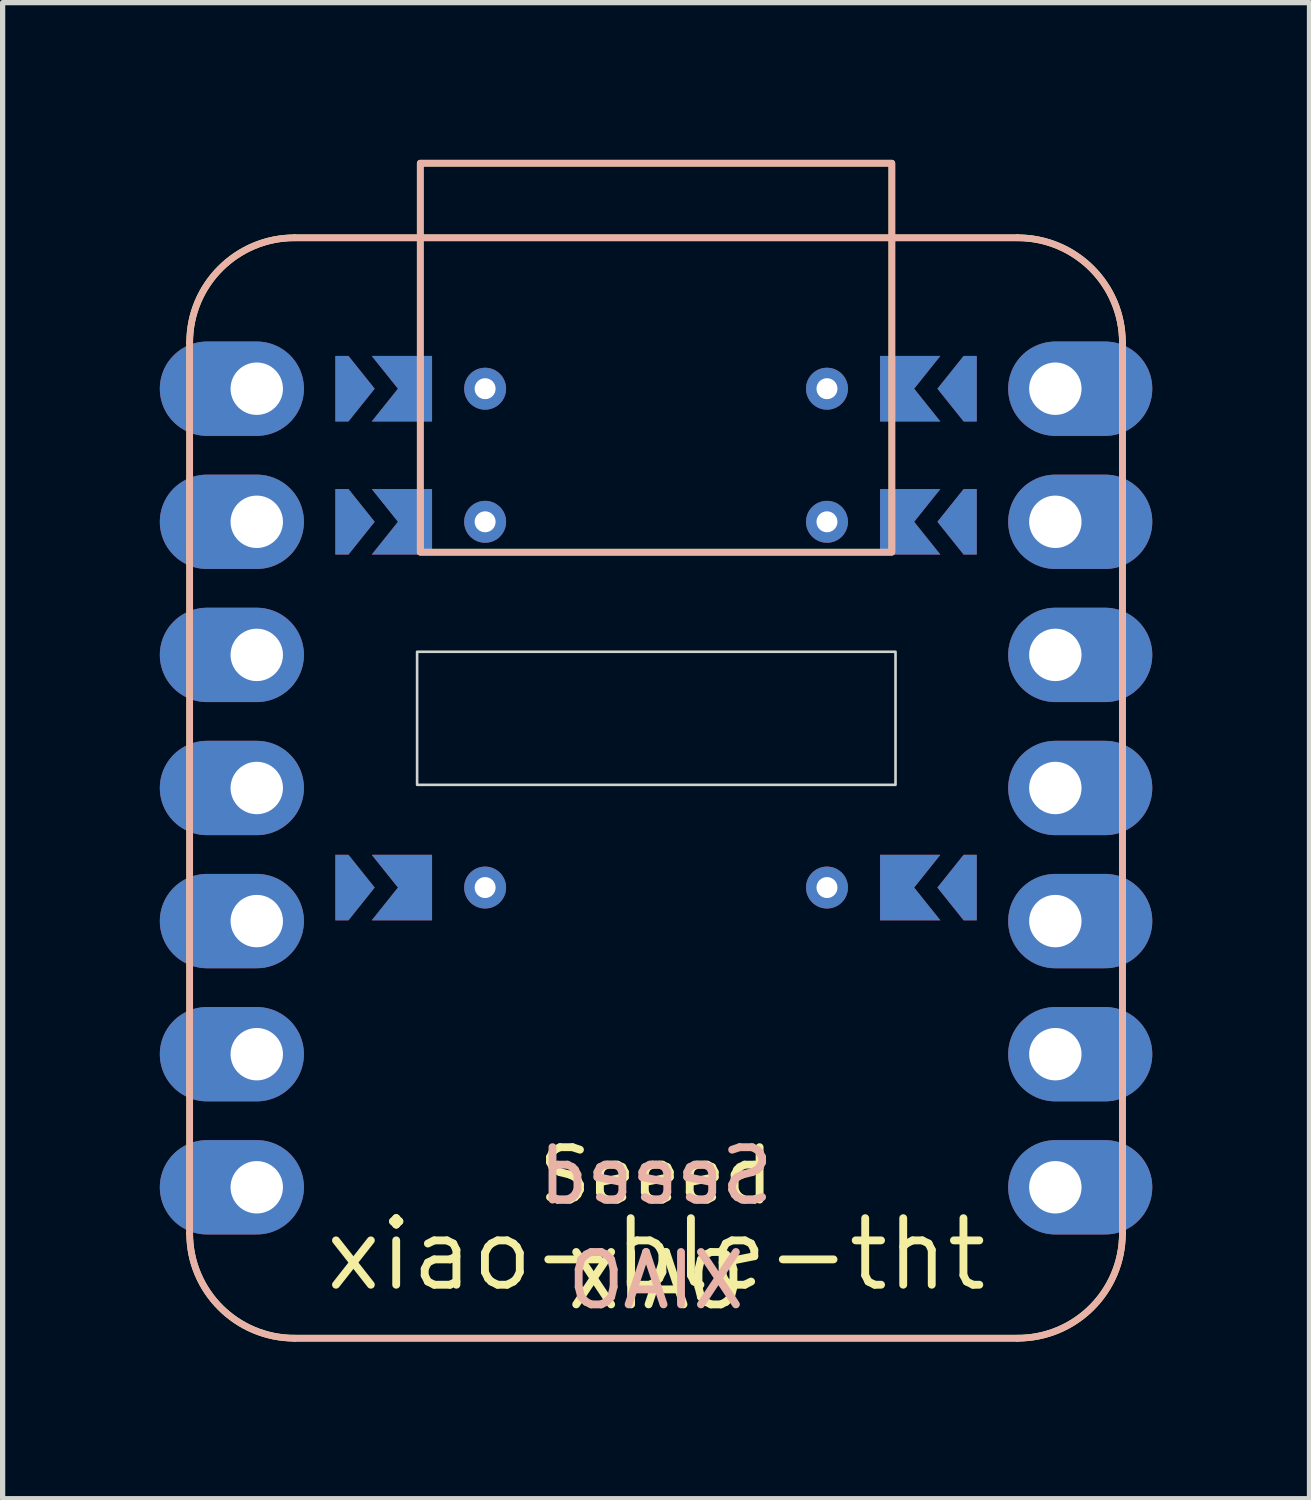
<source format=kicad_pcb>
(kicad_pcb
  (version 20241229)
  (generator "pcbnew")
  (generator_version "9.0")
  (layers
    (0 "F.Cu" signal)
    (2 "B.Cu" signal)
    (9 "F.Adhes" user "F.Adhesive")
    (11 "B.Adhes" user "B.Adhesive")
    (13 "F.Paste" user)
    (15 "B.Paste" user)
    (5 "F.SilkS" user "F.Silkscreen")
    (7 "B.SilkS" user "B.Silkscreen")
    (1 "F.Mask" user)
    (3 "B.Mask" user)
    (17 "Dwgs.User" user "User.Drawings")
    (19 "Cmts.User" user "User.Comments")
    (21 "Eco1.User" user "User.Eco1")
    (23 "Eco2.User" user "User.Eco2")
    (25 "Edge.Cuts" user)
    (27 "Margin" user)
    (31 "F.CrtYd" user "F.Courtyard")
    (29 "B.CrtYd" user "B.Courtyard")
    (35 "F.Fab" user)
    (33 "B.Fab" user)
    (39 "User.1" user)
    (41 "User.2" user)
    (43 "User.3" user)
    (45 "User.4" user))
  (footprint "xiao-ble-tht"
    (layer "F.Cu")
    (at 9.47 11.988)
    (property "Reference" "xiao-ble-tht" (at 0 8.9 180) (layer "F.SilkS") (effects (font (size 1.27 1.27) (thickness 0.15))))
    (attr smd exclude_from_pos_files)
    (fp_line (start -8.9 -8.5) (end -8.9 8.5) (stroke (width 0.127) (type solid)) (layer "F.SilkS"))
    (fp_line (start -6.9 10.5) (end 6.9 10.5) (stroke (width 0.127) (type solid)) (layer "F.SilkS"))
    (fp_line (start 6.9 -10.5) (end -6.9 -10.5) (stroke (width 0.127) (type solid)) (layer "F.SilkS"))
    (fp_line (start 8.9 8.5) (end 8.9 -8.5) (stroke (width 0.127) (type solid)) (layer "F.SilkS"))
    (fp_rect (start 4.5 -4.5) (end -4.5 -11.924) (stroke (width 0.127) (type solid)) (fill no) (layer "F.SilkS"))
    (fp_arc (start -8.9 -8.5) (mid -8.314214 -9.914214) (end -6.9 -10.5) (stroke (width 0.127) (type solid)) (layer "F.SilkS"))
    (fp_arc (start -6.9 10.5) (mid -8.314214 9.914214) (end -8.9 8.5) (stroke (width 0.127) (type solid)) (layer "F.SilkS"))
    (fp_arc (start 6.9 -10.5) (mid 8.314214 -9.914214) (end 8.9 -8.5) (stroke (width 0.127) (type solid)) (layer "F.SilkS"))
    (fp_arc (start 8.9 8.5) (mid 8.314214 9.914214) (end 6.9 10.5) (stroke (width 0.127) (type solid)) (layer "F.SilkS"))
    (fp_line (start -8.9 -8.5) (end -8.9 8.5) (stroke (width 0.127) (type solid)) (layer "B.SilkS"))
    (fp_line (start -6.9 10.5) (end 6.9 10.5) (stroke (width 0.127) (type solid)) (layer "B.SilkS"))
    (fp_line (start 6.9 -10.5) (end -6.9 -10.5) (stroke (width 0.127) (type solid)) (layer "B.SilkS"))
    (fp_line (start 8.9 8.5) (end 8.9 -8.5) (stroke (width 0.127) (type solid)) (layer "B.SilkS"))
    (fp_rect (start 4.5 -4.5) (end -4.5 -11.924) (stroke (width 0.127) (type solid)) (fill no) (layer "B.SilkS"))
    (fp_arc (start -8.9 -8.5) (mid -8.314214 -9.914214) (end -6.9 -10.5) (stroke (width 0.127) (type solid)) (layer "B.SilkS"))
    (fp_arc (start -6.9 10.5) (mid -8.314214 9.914214) (end -8.9 8.5) (stroke (width 0.127) (type solid)) (layer "B.SilkS"))
    (fp_arc (start 6.9 -10.5) (mid 8.314214 -9.914214) (end 8.9 -8.5) (stroke (width 0.127) (type solid)) (layer "B.SilkS"))
    (fp_arc (start 8.9 8.5) (mid 8.314214 9.914214) (end 6.9 10.5) (stroke (width 0.127) (type solid)) (layer "B.SilkS"))
    (fp_rect (start -4.56 -2.6) (end 4.57 -0.06) (stroke (width 0.05) (type default)) (fill no) (layer "Edge.Cuts"))
    (fp_text user "XIAO" (at 0 9.4 180) (layer "F.SilkS") (effects (font (size 1 1) (thickness 0.15))))
    (fp_text user "Seeed" (at 0 7.4 180) (layer "F.SilkS") (effects (font (size 1 1) (thickness 0.15))))
    (fp_text user "XIAO" (at 0 9.4 180) (layer "B.SilkS") (effects (font (size 1 1) (thickness 0.15)) (justify mirror)))
    (fp_text user "Seeed" (at 0 7.4 180) (layer "B.SilkS") (effects (font (size 1 1) (thickness 0.15)) (justify mirror)))
    (pad "0" thru_hole oval (at -7.62 -7.62 5.684341886e-14) (size 2.75 1.8) (drill 1 (offset -0.475 0)) (layers "*.Cu" "*.Mask"))
    (pad "0" smd custom (at -5.62 -7.62 5.684341886e-14) (size 0.2 0.2) (layers "F.Cu" "F.Mask") (options (anchor rect)) (primitives (gr_poly (pts (xy -0.5 -0.625) (xy -0.25 -0.625) (xy 0.25 0) (xy -0.25 0.625) (xy -0.5 0.625)) (width 0) (fill yes))))
    (pad "0" smd custom (at -5.62 -7.62 5.684341886e-14) (size 0.2 0.2) (layers "B.Cu" "B.Mask") (options (anchor rect)) (primitives (gr_poly (pts (xy -0.5 -0.625) (xy -0.25 -0.625) (xy 0.25 0) (xy -0.25 0.625) (xy -0.5 0.625)) (width 0) (fill yes))))
    (pad "0" smd custom (at -4.775 -7.62 5.684341886e-14) (size 0.2 0.2) (layers "B.Cu" "B.Mask") (options (anchor rect)) (primitives (gr_poly (pts (xy -0.65 -0.625) (xy 0.5 -0.625) (xy 0.5 0.625) (xy -0.65 0.625) (xy -0.15 0)) (width 0) (fill yes))))
    (pad "0" thru_hole circle (at -3.262 -7.62 0.1) (size 0.8 0.8) (drill 0.4) (layers "*.Cu" "*.Mask"))
    (pad "0" smd custom (at 4.775 -7.62 180) (size 0.2 0.2) (layers "F.Cu" "F.Mask") (options (anchor rect)) (primitives (gr_poly (pts (xy -0.65 -0.625) (xy 0.5 -0.625) (xy 0.5 0.625) (xy -0.65 0.625) (xy -0.15 0)) (width 0) (fill yes))))
    (pad "1" thru_hole oval (at -7.62 -5.08 5.684341886e-14) (size 2.75 1.8) (drill 1 (offset -0.475 0)) (layers "*.Cu" "*.Mask"))
    (pad "1" smd custom (at -5.62 -5.08 5.684341886e-14) (size 0.2 0.2) (layers "F.Cu" "F.Mask") (options (anchor rect)) (primitives (gr_poly (pts (xy -0.5 -0.625) (xy -0.25 -0.625) (xy 0.25 0) (xy -0.25 0.625) (xy -0.5 0.625)) (width 0) (fill yes))))
    (pad "1" smd custom (at -5.62 -5.08 5.684341886e-14) (size 0.2 0.2) (layers "B.Cu" "B.Mask") (options (anchor rect)) (primitives (gr_poly (pts (xy -0.5 -0.625) (xy -0.25 -0.625) (xy 0.25 0) (xy -0.25 0.625) (xy -0.5 0.625)) (width 0) (fill yes))))
    (pad "1" smd custom (at -4.775 -5.08 5.684341886e-14) (size 0.2 0.2) (layers "B.Cu" "B.Mask") (options (anchor rect)) (primitives (gr_poly (pts (xy -0.65 -0.625) (xy 0.5 -0.625) (xy 0.5 0.625) (xy -0.65 0.625) (xy -0.15 0)) (width 0) (fill yes))))
    (pad "1" thru_hole circle (at -3.262 -5.08 0.1) (size 0.8 0.8) (drill 0.4) (layers "*.Cu" "*.Mask"))
    (pad "1" smd custom (at 4.775 -5.08 180) (size 0.2 0.2) (layers "F.Cu" "F.Mask") (options (anchor rect)) (primitives (gr_poly (pts (xy -0.65 -0.625) (xy 0.5 -0.625) (xy 0.5 0.625) (xy -0.65 0.625) (xy -0.15 0)) (width 0) (fill yes))))
    (pad "2" thru_hole oval (at -7.62 -2.54 5.684341886e-14) (size 2.75 1.8) (drill 1 (offset -0.475 0)) (layers "*.Cu" "*.Mask"))
    (pad "2" smd custom (at -5.62 1.9 5.684341886e-14) (size 0.2 0.2) (layers "F.Cu" "F.Mask") (options (anchor rect)) (primitives (gr_poly (pts (xy -0.5 -0.625) (xy -0.25 -0.625) (xy 0.25 0) (xy -0.25 0.625) (xy -0.5 0.625)) (width 0) (fill yes))))
    (pad "2" smd custom (at -5.62 1.9 5.684341886e-14) (size 0.2 0.2) (layers "B.Cu" "B.Mask") (options (anchor rect)) (primitives (gr_poly (pts (xy -0.5 -0.625) (xy -0.25 -0.625) (xy 0.25 0) (xy -0.25 0.625) (xy -0.5 0.625)) (width 0) (fill yes))))
    (pad "2" smd custom (at -4.775 1.9 5.684341886e-14) (size 0.2 0.2) (layers "B.Cu" "B.Mask") (options (anchor rect)) (primitives (gr_poly (pts (xy -0.65 -0.625) (xy 0.5 -0.625) (xy 0.5 0.625) (xy -0.65 0.625) (xy -0.15 0)) (width 0) (fill yes))))
    (pad "2" thru_hole circle (at -3.262 1.9 0.1) (size 0.8 0.8) (drill 0.4) (layers "*.Cu" "*.Mask"))
    (pad "2" smd custom (at 4.775 1.9 180) (size 0.2 0.2) (layers "F.Cu" "F.Mask") (options (anchor rect)) (primitives (gr_poly (pts (xy -0.65 -0.625) (xy 0.5 -0.625) (xy 0.5 0.625) (xy -0.65 0.625) (xy -0.15 0)) (width 0) (fill yes))))
    (pad "3" thru_hole oval (at -7.62 0 5.684341886e-14) (size 2.75 1.8) (drill 1 (offset -0.475 0)) (layers "*.Cu" "*.Mask"))
    (pad "4" thru_hole oval (at -7.62 2.54 5.684341886e-14) (size 2.75 1.8) (drill 1 (offset -0.475 0)) (layers "*.Cu" "*.Mask"))
    (pad "5" thru_hole oval (at -7.62 5.08 5.684341886e-14) (size 2.75 1.8) (drill 1 (offset -0.475 0)) (layers "*.Cu" "*.Mask"))
    (pad "6" thru_hole oval (at -7.62 7.62 5.684341886e-14) (size 2.75 1.8) (drill 1 (offset -0.475 0)) (layers "*.Cu" "*.Mask"))
    (pad "7" thru_hole oval (at 7.62 7.62 180) (size 2.75 1.8) (drill 1 (offset -0.475 0)) (layers "*.Cu" "*.Mask"))
    (pad "8" thru_hole oval (at 7.62 5.08 180) (size 2.75 1.8) (drill 1 (offset -0.475 0)) (layers "*.Cu" "*.Mask"))
    (pad "9" thru_hole oval (at 7.62 2.54 180) (size 2.75 1.8) (drill 1 (offset -0.475 0)) (layers "*.Cu" "*.Mask"))
    (pad "10" thru_hole oval (at 7.62 0 180) (size 2.75 1.8) (drill 1 (offset -0.475 0)) (layers "*.Cu" "*.Mask"))
    (pad "11" smd custom (at -4.775 1.9 5.684341886e-14) (size 0.2 0.2) (layers "F.Cu" "F.Mask") (options (anchor rect)) (primitives (gr_poly (pts (xy -0.65 -0.625) (xy 0.5 -0.625) (xy 0.5 0.625) (xy -0.65 0.625) (xy -0.15 0)) (width 0) (fill yes))))
    (pad "11" thru_hole circle (at 3.262 1.9 0.1) (size 0.8 0.8) (drill 0.4) (layers "*.Cu" "*.Mask"))
    (pad "11" smd custom (at 4.775 1.9 180) (size 0.2 0.2) (layers "B.Cu" "B.Mask") (options (anchor rect)) (primitives (gr_poly (pts (xy -0.65 -0.625) (xy 0.5 -0.625) (xy 0.5 0.625) (xy -0.65 0.625) (xy -0.15 0)) (width 0) (fill yes))))
    (pad "11" smd custom (at 5.62 1.9 180) (size 0.2 0.2) (layers "F.Cu" "F.Mask") (options (anchor rect)) (primitives (gr_poly (pts (xy -0.5 -0.625) (xy -0.25 -0.625) (xy 0.25 0) (xy -0.25 0.625) (xy -0.5 0.625)) (width 0) (fill yes))))
    (pad "11" smd custom (at 5.62 1.9 180) (size 0.2 0.2) (layers "B.Cu" "B.Mask") (options (anchor rect)) (primitives (gr_poly (pts (xy -0.5 -0.625) (xy -0.25 -0.625) (xy 0.25 0) (xy -0.25 0.625) (xy -0.5 0.625)) (width 0) (fill yes))))
    (pad "11" thru_hole oval (at 7.62 -2.54 180) (size 2.75 1.8) (drill 1 (offset -0.475 0)) (layers "*.Cu" "*.Mask"))
    (pad "12" smd custom (at -4.775 -5.08 5.684341886e-14) (size 0.2 0.2) (layers "F.Cu" "F.Mask") (options (anchor rect)) (primitives (gr_poly (pts (xy -0.65 -0.625) (xy 0.5 -0.625) (xy 0.5 0.625) (xy -0.65 0.625) (xy -0.15 0)) (width 0) (fill yes))))
    (pad "12" thru_hole circle (at 3.262 -5.08 0.1) (size 0.8 0.8) (drill 0.4) (layers "*.Cu" "*.Mask"))
    (pad "12" smd custom (at 4.775 -5.08 180) (size 0.2 0.2) (layers "B.Cu" "B.Mask") (options (anchor rect)) (primitives (gr_poly (pts (xy -0.65 -0.625) (xy 0.5 -0.625) (xy 0.5 0.625) (xy -0.65 0.625) (xy -0.15 0)) (width 0) (fill yes))))
    (pad "12" smd custom (at 5.62 -5.08 180) (size 0.2 0.2) (layers "F.Cu" "F.Mask") (options (anchor rect)) (primitives (gr_poly (pts (xy -0.5 -0.625) (xy -0.25 -0.625) (xy 0.25 0) (xy -0.25 0.625) (xy -0.5 0.625)) (width 0) (fill yes))))
    (pad "12" smd custom (at 5.62 -5.08 180) (size 0.2 0.2) (layers "B.Cu" "B.Mask") (options (anchor rect)) (primitives (gr_poly (pts (xy -0.5 -0.625) (xy -0.25 -0.625) (xy 0.25 0) (xy -0.25 0.625) (xy -0.5 0.625)) (width 0) (fill yes))))
    (pad "12" thru_hole oval (at 7.62 -5.08 180) (size 2.75 1.8) (drill 1 (offset -0.475 0)) (layers "*.Cu" "*.Mask"))
    (pad "13" smd custom (at -4.775 -7.62 5.684341886e-14) (size 0.2 0.2) (layers "F.Cu" "F.Mask") (options (anchor rect)) (primitives (gr_poly (pts (xy -0.65 -0.625) (xy 0.5 -0.625) (xy 0.5 0.625) (xy -0.65 0.625) (xy -0.15 0)) (width 0) (fill yes))))
    (pad "13" thru_hole circle (at 3.262 -7.62 0.1) (size 0.8 0.8) (drill 0.4) (layers "*.Cu" "*.Mask"))
    (pad "13" smd custom (at 4.775 -7.62 180) (size 0.2 0.2) (layers "B.Cu" "B.Mask") (options (anchor rect)) (primitives (gr_poly (pts (xy -0.65 -0.625) (xy 0.5 -0.625) (xy 0.5 0.625) (xy -0.65 0.625) (xy -0.15 0)) (width 0) (fill yes))))
    (pad "13" smd custom (at 5.62 -7.62 180) (size 0.2 0.2) (layers "F.Cu" "F.Mask") (options (anchor rect)) (primitives (gr_poly (pts (xy -0.5 -0.625) (xy -0.25 -0.625) (xy 0.25 0) (xy -0.25 0.625) (xy -0.5 0.625)) (width 0) (fill yes))))
    (pad "13" smd custom (at 5.62 -7.62 180) (size 0.2 0.2) (layers "B.Cu" "B.Mask") (options (anchor rect)) (primitives (gr_poly (pts (xy -0.5 -0.625) (xy -0.25 -0.625) (xy 0.25 0) (xy -0.25 0.625) (xy -0.5 0.625)) (width 0) (fill yes))))
    (pad "13" thru_hole oval (at 7.62 -7.62 180) (size 2.75 1.8) (drill 1 (offset -0.475 0)) (layers "*.Cu" "*.Mask")))
  (gr_rect
    (start -3 -3)
    (end 21.94 25.551)
    (stroke (width 0.1) (type default))
    (fill no)
    (layer "Edge.Cuts")))
</source>
